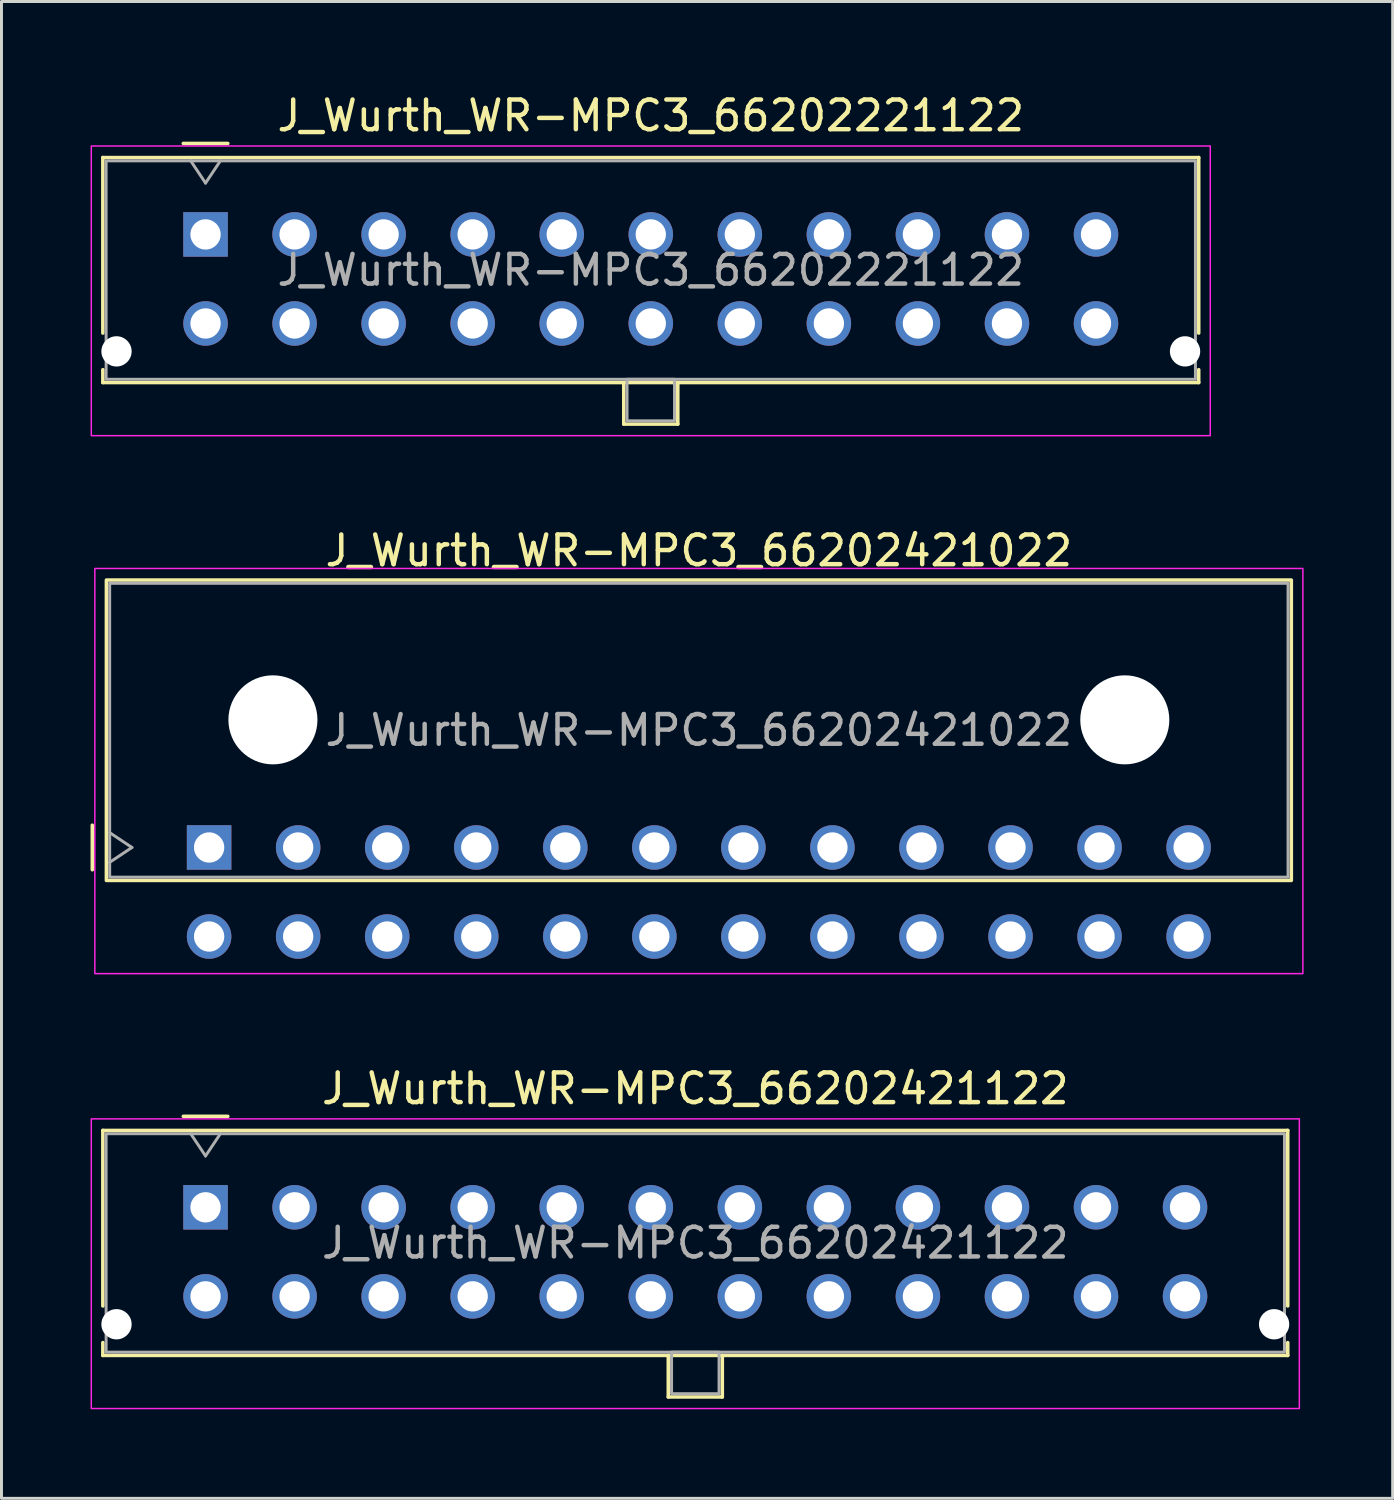
<source format=kicad_pcb>
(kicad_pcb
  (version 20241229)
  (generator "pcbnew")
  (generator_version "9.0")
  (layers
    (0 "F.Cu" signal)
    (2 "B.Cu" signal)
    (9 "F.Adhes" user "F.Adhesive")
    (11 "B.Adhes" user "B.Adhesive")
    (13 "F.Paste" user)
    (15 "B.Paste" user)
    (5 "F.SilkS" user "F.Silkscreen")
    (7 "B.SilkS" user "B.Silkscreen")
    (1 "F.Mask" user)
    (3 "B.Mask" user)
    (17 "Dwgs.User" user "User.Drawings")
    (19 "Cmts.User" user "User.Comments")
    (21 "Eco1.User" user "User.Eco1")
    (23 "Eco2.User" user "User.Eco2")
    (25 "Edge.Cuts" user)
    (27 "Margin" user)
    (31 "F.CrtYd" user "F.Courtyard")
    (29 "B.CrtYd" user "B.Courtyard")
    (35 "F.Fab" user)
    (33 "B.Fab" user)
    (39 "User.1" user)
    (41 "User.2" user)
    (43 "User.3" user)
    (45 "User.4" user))
  (footprint "J_Wurth_WR-MPC3_66202221122"
    (layer "F.Cu")
    (at 3.875 4.848)
    (property "Reference" "J_Wurth_WR-MPC3_66202221122" (at 15 -4 0) (unlocked yes) (layer "F.SilkS") (effects (font (size 1 1) (thickness 0.15))))
    (attr through_hole)
    (fp_line (start -3.46 -2.59) (end -3.46 3.323) (stroke (width 0.12) (type default)) (layer "F.SilkS"))
    (fp_line (start -3.46 -2.59) (end 33.46 -2.59) (stroke (width 0.12) (type default)) (layer "F.SilkS"))
    (fp_line (start -3.46 4.99) (end -3.46 4.557) (stroke (width 0.12) (type default)) (layer "F.SilkS"))
    (fp_line (start -0.75 -3.065) (end 0.75 -3.065) (stroke (width 0.12) (type solid)) (layer "F.SilkS"))
    (fp_line (start 14.09 6.39) (end 14.09 4.99) (stroke (width 0.12) (type default)) (layer "F.SilkS"))
    (fp_line (start 15.91 4.99) (end 15.91 6.39) (stroke (width 0.12) (type default)) (layer "F.SilkS"))
    (fp_line (start 15.91 6.39) (end 14.09 6.39) (stroke (width 0.12) (type default)) (layer "F.SilkS"))
    (fp_line (start 33.46 -2.59) (end 33.46 3.323) (stroke (width 0.12) (type default)) (layer "F.SilkS"))
    (fp_line (start 33.46 4.99) (end -3.46 4.99) (stroke (width 0.12) (type default)) (layer "F.SilkS"))
    (fp_line (start 33.46 4.99) (end 33.46 4.557) (stroke (width 0.12) (type default)) (layer "F.SilkS"))
    (fp_rect (start -3.85 -2.98) (end 33.85 6.78) (stroke (width 0.05) (type solid)) (fill no) (layer "F.CrtYd"))
    (fp_line (start 0 -1.73) (end -0.5 -2.48) (stroke (width 0.1) (type solid)) (layer "F.Fab"))
    (fp_line (start 0 -1.73) (end 0.5 -2.48) (stroke (width 0.1) (type solid)) (layer "F.Fab"))
    (fp_rect (start -3.35 -2.48) (end 33.35 4.88) (stroke (width 0.1) (type solid)) (fill no) (layer "F.Fab"))
    (fp_rect (start 14.2 4.88) (end 15.8 6.28) (stroke (width 0.1) (type solid)) (fill no) (layer "F.Fab"))
    (fp_text user "${REFERENCE}" (at 15 1.2 0) (unlocked yes) (layer "F.Fab") (effects (font (size 1 1) (thickness 0.15))))
    (pad "" np_thru_hole circle (at -3 3.94 180) (size 1.02 1.02) (drill 1.02) (layers "*.Cu" "*.Mask"))
    (pad "" np_thru_hole circle (at 33 3.94 180) (size 1.02 1.02) (drill 1.02) (layers "*.Cu" "*.Mask"))
    (pad "1" thru_hole rect (at 0 0 180) (size 1.5 1.5) (drill 1.02) (layers "*.Cu" "*.Mask"))
    (pad "2" thru_hole circle (at 3 0 180) (size 1.5 1.5) (drill 1.02) (layers "*.Cu" "*.Mask"))
    (pad "3" thru_hole circle (at 6 0 180) (size 1.5 1.5) (drill 1.02) (layers "*.Cu" "*.Mask"))
    (pad "4" thru_hole circle (at 9 0 180) (size 1.5 1.5) (drill 1.02) (layers "*.Cu" "*.Mask"))
    (pad "5" thru_hole circle (at 12 0 180) (size 1.5 1.5) (drill 1.02) (layers "*.Cu" "*.Mask"))
    (pad "6" thru_hole circle (at 15 0 180) (size 1.5 1.5) (drill 1.02) (layers "*.Cu" "*.Mask"))
    (pad "7" thru_hole circle (at 18 0 180) (size 1.5 1.5) (drill 1.02) (layers "*.Cu" "*.Mask"))
    (pad "8" thru_hole circle (at 21 0 180) (size 1.5 1.5) (drill 1.02) (layers "*.Cu" "*.Mask"))
    (pad "9" thru_hole circle (at 24 0 180) (size 1.5 1.5) (drill 1.02) (layers "*.Cu" "*.Mask"))
    (pad "10" thru_hole circle (at 27 0 180) (size 1.5 1.5) (drill 1.02) (layers "*.Cu" "*.Mask"))
    (pad "11" thru_hole circle (at 30 0 180) (size 1.5 1.5) (drill 1.02) (layers "*.Cu" "*.Mask"))
    (pad "12" thru_hole circle (at 0 3 180) (size 1.5 1.5) (drill 1.02) (layers "*.Cu" "*.Mask"))
    (pad "13" thru_hole circle (at 3 3 180) (size 1.5 1.5) (drill 1.02) (layers "*.Cu" "*.Mask"))
    (pad "14" thru_hole circle (at 6 3 180) (size 1.5 1.5) (drill 1.02) (layers "*.Cu" "*.Mask"))
    (pad "15" thru_hole circle (at 9 3 180) (size 1.5 1.5) (drill 1.02) (layers "*.Cu" "*.Mask"))
    (pad "16" thru_hole circle (at 12 3 180) (size 1.5 1.5) (drill 1.02) (layers "*.Cu" "*.Mask"))
    (pad "17" thru_hole circle (at 15 3 180) (size 1.5 1.5) (drill 1.02) (layers "*.Cu" "*.Mask"))
    (pad "18" thru_hole circle (at 18 3 180) (size 1.5 1.5) (drill 1.02) (layers "*.Cu" "*.Mask"))
    (pad "19" thru_hole circle (at 21 3 180) (size 1.5 1.5) (drill 1.02) (layers "*.Cu" "*.Mask"))
    (pad "20" thru_hole circle (at 24 3 180) (size 1.5 1.5) (drill 1.02) (layers "*.Cu" "*.Mask"))
    (pad "21" thru_hole circle (at 27 3 180) (size 1.5 1.5) (drill 1.02) (layers "*.Cu" "*.Mask"))
    (pad "22" thru_hole circle (at 30 3 180) (size 1.5 1.5) (drill 1.02) (layers "*.Cu" "*.Mask")))
  (footprint "J_Wurth_WR-MPC3_66202421122"
    (layer "F.Cu")
    (at 3.875 37.625)
    (property "Reference" "J_Wurth_WR-MPC3_66202421122" (at 16.5 -4 0) (unlocked yes) (layer "F.SilkS") (effects (font (size 1 1) (thickness 0.15))))
    (attr through_hole)
    (fp_line (start -3.46 -2.59) (end -3.46 3.323) (stroke (width 0.12) (type default)) (layer "F.SilkS"))
    (fp_line (start -3.46 -2.59) (end 36.46 -2.59) (stroke (width 0.12) (type default)) (layer "F.SilkS"))
    (fp_line (start -3.46 4.99) (end -3.46 4.557) (stroke (width 0.12) (type default)) (layer "F.SilkS"))
    (fp_line (start -0.75 -3.065) (end 0.75 -3.065) (stroke (width 0.12) (type solid)) (layer "F.SilkS"))
    (fp_line (start 15.59 6.39) (end 15.59 4.99) (stroke (width 0.12) (type default)) (layer "F.SilkS"))
    (fp_line (start 17.41 4.99) (end 17.41 6.39) (stroke (width 0.12) (type default)) (layer "F.SilkS"))
    (fp_line (start 17.41 6.39) (end 15.59 6.39) (stroke (width 0.12) (type default)) (layer "F.SilkS"))
    (fp_line (start 36.46 -2.59) (end 36.46 3.323) (stroke (width 0.12) (type default)) (layer "F.SilkS"))
    (fp_line (start 36.46 4.99) (end -3.46 4.99) (stroke (width 0.12) (type default)) (layer "F.SilkS"))
    (fp_line (start 36.46 4.99) (end 36.46 4.557) (stroke (width 0.12) (type default)) (layer "F.SilkS"))
    (fp_rect (start -3.85 -2.98) (end 36.85 6.78) (stroke (width 0.05) (type solid)) (fill no) (layer "F.CrtYd"))
    (fp_line (start 0 -1.73) (end -0.5 -2.48) (stroke (width 0.1) (type solid)) (layer "F.Fab"))
    (fp_line (start 0 -1.73) (end 0.5 -2.48) (stroke (width 0.1) (type solid)) (layer "F.Fab"))
    (fp_rect (start -3.35 -2.48) (end 36.35 4.88) (stroke (width 0.1) (type solid)) (fill no) (layer "F.Fab"))
    (fp_rect (start 15.7 4.88) (end 17.3 6.28) (stroke (width 0.1) (type solid)) (fill no) (layer "F.Fab"))
    (fp_text user "${REFERENCE}" (at 16.5 1.2 0) (unlocked yes) (layer "F.Fab") (effects (font (size 1 1) (thickness 0.15))))
    (pad "" np_thru_hole circle (at -3 3.94 180) (size 1.02 1.02) (drill 1.02) (layers "*.Cu" "*.Mask"))
    (pad "" np_thru_hole circle (at 36 3.94 180) (size 1.02 1.02) (drill 1.02) (layers "*.Cu" "*.Mask"))
    (pad "1" thru_hole rect (at 0 0 180) (size 1.5 1.5) (drill 1.02) (layers "*.Cu" "*.Mask"))
    (pad "2" thru_hole circle (at 3 0 180) (size 1.5 1.5) (drill 1.02) (layers "*.Cu" "*.Mask"))
    (pad "3" thru_hole circle (at 6 0 180) (size 1.5 1.5) (drill 1.02) (layers "*.Cu" "*.Mask"))
    (pad "4" thru_hole circle (at 9 0 180) (size 1.5 1.5) (drill 1.02) (layers "*.Cu" "*.Mask"))
    (pad "5" thru_hole circle (at 12 0 180) (size 1.5 1.5) (drill 1.02) (layers "*.Cu" "*.Mask"))
    (pad "6" thru_hole circle (at 15 0 180) (size 1.5 1.5) (drill 1.02) (layers "*.Cu" "*.Mask"))
    (pad "7" thru_hole circle (at 18 0 180) (size 1.5 1.5) (drill 1.02) (layers "*.Cu" "*.Mask"))
    (pad "8" thru_hole circle (at 21 0 180) (size 1.5 1.5) (drill 1.02) (layers "*.Cu" "*.Mask"))
    (pad "9" thru_hole circle (at 24 0 180) (size 1.5 1.5) (drill 1.02) (layers "*.Cu" "*.Mask"))
    (pad "10" thru_hole circle (at 27 0 180) (size 1.5 1.5) (drill 1.02) (layers "*.Cu" "*.Mask"))
    (pad "11" thru_hole circle (at 30 0 180) (size 1.5 1.5) (drill 1.02) (layers "*.Cu" "*.Mask"))
    (pad "12" thru_hole circle (at 33 0 180) (size 1.5 1.5) (drill 1.02) (layers "*.Cu" "*.Mask"))
    (pad "13" thru_hole circle (at 0 3 180) (size 1.5 1.5) (drill 1.02) (layers "*.Cu" "*.Mask"))
    (pad "14" thru_hole circle (at 3 3 180) (size 1.5 1.5) (drill 1.02) (layers "*.Cu" "*.Mask"))
    (pad "15" thru_hole circle (at 6 3 180) (size 1.5 1.5) (drill 1.02) (layers "*.Cu" "*.Mask"))
    (pad "16" thru_hole circle (at 9 3 180) (size 1.5 1.5) (drill 1.02) (layers "*.Cu" "*.Mask"))
    (pad "17" thru_hole circle (at 12 3 180) (size 1.5 1.5) (drill 1.02) (layers "*.Cu" "*.Mask"))
    (pad "18" thru_hole circle (at 15 3 180) (size 1.5 1.5) (drill 1.02) (layers "*.Cu" "*.Mask"))
    (pad "19" thru_hole circle (at 18 3 180) (size 1.5 1.5) (drill 1.02) (layers "*.Cu" "*.Mask"))
    (pad "20" thru_hole circle (at 21 3 180) (size 1.5 1.5) (drill 1.02) (layers "*.Cu" "*.Mask"))
    (pad "21" thru_hole circle (at 24 3 180) (size 1.5 1.5) (drill 1.02) (layers "*.Cu" "*.Mask"))
    (pad "22" thru_hole circle (at 27 3 180) (size 1.5 1.5) (drill 1.02) (layers "*.Cu" "*.Mask"))
    (pad "23" thru_hole circle (at 30 3 180) (size 1.5 1.5) (drill 1.02) (layers "*.Cu" "*.Mask"))
    (pad "24" thru_hole circle (at 33 3 180) (size 1.5 1.5) (drill 1.02) (layers "*.Cu" "*.Mask")))
  (footprint "J_Wurth_WR-MPC3_66202421022"
    (layer "F.Cu")
    (at 3.995 25.502)
    (property "Reference" "J_Wurth_WR-MPC3_66202421022" (at 16.5 -10 0) (unlocked yes) (layer "F.SilkS") (effects (font (size 1 1) (thickness 0.15))))
    (attr through_hole)
    (fp_line (start -3.935 -0.75) (end -3.935 0.75) (stroke (width 0.12) (type solid)) (layer "F.SilkS"))
    (fp_rect (start -3.46 -9.01) (end 36.46 1.11) (stroke (width 0.12) (type solid)) (fill no) (layer "F.SilkS"))
    (fp_rect (start -3.85 -9.4) (end 36.85 4.25) (stroke (width 0.05) (type solid)) (fill no) (layer "F.CrtYd"))
    (fp_line (start -2.6 0) (end -3.35 -0.5) (stroke (width 0.1) (type solid)) (layer "F.Fab"))
    (fp_line (start -2.6 0) (end -3.35 0.5) (stroke (width 0.1) (type solid)) (layer "F.Fab"))
    (fp_rect (start -3.35 -8.9) (end 36.35 1) (stroke (width 0.1) (type solid)) (fill no) (layer "F.Fab"))
    (fp_text user "${REFERENCE}" (at 16.5 -3.95 0) (unlocked yes) (layer "F.Fab") (effects (font (size 1 1) (thickness 0.15))))
    (pad "" np_thru_hole circle (at 2.15 -4.3 180) (size 3 3) (drill 3) (layers "*.Cu" "*.Mask"))
    (pad "" np_thru_hole circle (at 30.85 -4.3 180) (size 3 3) (drill 3) (layers "*.Cu" "*.Mask"))
    (pad "1" thru_hole rect (at 0 0 180) (size 1.5 1.5) (drill 1.02) (layers "*.Cu" "*.Mask"))
    (pad "2" thru_hole circle (at 3 0 180) (size 1.5 1.5) (drill 1.02) (layers "*.Cu" "*.Mask"))
    (pad "3" thru_hole circle (at 6 0 180) (size 1.5 1.5) (drill 1.02) (layers "*.Cu" "*.Mask"))
    (pad "4" thru_hole circle (at 9 0 180) (size 1.5 1.5) (drill 1.02) (layers "*.Cu" "*.Mask"))
    (pad "5" thru_hole circle (at 12 0 180) (size 1.5 1.5) (drill 1.02) (layers "*.Cu" "*.Mask"))
    (pad "6" thru_hole circle (at 15 0 180) (size 1.5 1.5) (drill 1.02) (layers "*.Cu" "*.Mask"))
    (pad "7" thru_hole circle (at 18 0 180) (size 1.5 1.5) (drill 1.02) (layers "*.Cu" "*.Mask"))
    (pad "8" thru_hole circle (at 21 0 180) (size 1.5 1.5) (drill 1.02) (layers "*.Cu" "*.Mask"))
    (pad "9" thru_hole circle (at 24 0 180) (size 1.5 1.5) (drill 1.02) (layers "*.Cu" "*.Mask"))
    (pad "10" thru_hole circle (at 27 0 180) (size 1.5 1.5) (drill 1.02) (layers "*.Cu" "*.Mask"))
    (pad "11" thru_hole circle (at 30 0 180) (size 1.5 1.5) (drill 1.02) (layers "*.Cu" "*.Mask"))
    (pad "12" thru_hole circle (at 33 0 180) (size 1.5 1.5) (drill 1.02) (layers "*.Cu" "*.Mask"))
    (pad "13" thru_hole circle (at 0 3 180) (size 1.5 1.5) (drill 1.02) (layers "*.Cu" "*.Mask"))
    (pad "14" thru_hole circle (at 3 3 180) (size 1.5 1.5) (drill 1.02) (layers "*.Cu" "*.Mask"))
    (pad "15" thru_hole circle (at 6 3 180) (size 1.5 1.5) (drill 1.02) (layers "*.Cu" "*.Mask"))
    (pad "16" thru_hole circle (at 9 3 180) (size 1.5 1.5) (drill 1.02) (layers "*.Cu" "*.Mask"))
    (pad "17" thru_hole circle (at 12 3 180) (size 1.5 1.5) (drill 1.02) (layers "*.Cu" "*.Mask"))
    (pad "18" thru_hole circle (at 15 3 180) (size 1.5 1.5) (drill 1.02) (layers "*.Cu" "*.Mask"))
    (pad "19" thru_hole circle (at 18 3 180) (size 1.5 1.5) (drill 1.02) (layers "*.Cu" "*.Mask"))
    (pad "20" thru_hole circle (at 21 3 180) (size 1.5 1.5) (drill 1.02) (layers "*.Cu" "*.Mask"))
    (pad "21" thru_hole circle (at 24 3 180) (size 1.5 1.5) (drill 1.02) (layers "*.Cu" "*.Mask"))
    (pad "22" thru_hole circle (at 27 3 180) (size 1.5 1.5) (drill 1.02) (layers "*.Cu" "*.Mask"))
    (pad "23" thru_hole circle (at 30 3 180) (size 1.5 1.5) (drill 1.02) (layers "*.Cu" "*.Mask"))
    (pad "24" thru_hole circle (at 33 3 180) (size 1.5 1.5) (drill 1.02) (layers "*.Cu" "*.Mask")))
  (gr_rect
    (start -3 -3)
    (end 43.87 47.43)
    (stroke (width 0.1) (type default))
    (fill no)
    (layer "Edge.Cuts")))
</source>
